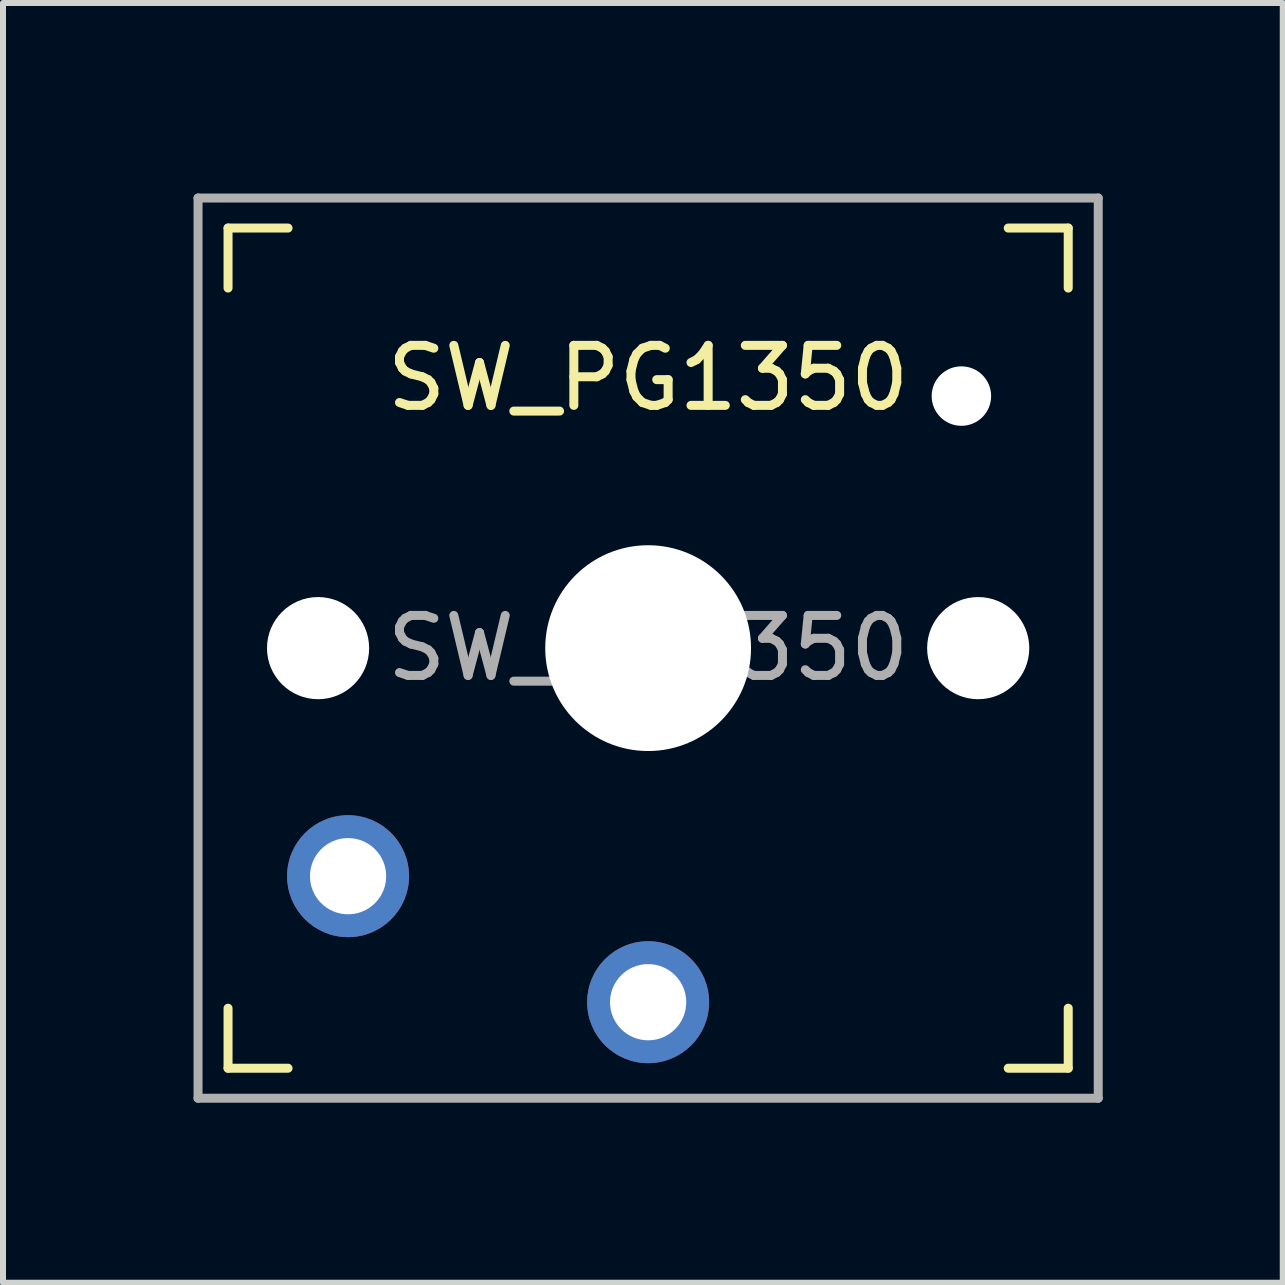
<source format=kicad_pcb>
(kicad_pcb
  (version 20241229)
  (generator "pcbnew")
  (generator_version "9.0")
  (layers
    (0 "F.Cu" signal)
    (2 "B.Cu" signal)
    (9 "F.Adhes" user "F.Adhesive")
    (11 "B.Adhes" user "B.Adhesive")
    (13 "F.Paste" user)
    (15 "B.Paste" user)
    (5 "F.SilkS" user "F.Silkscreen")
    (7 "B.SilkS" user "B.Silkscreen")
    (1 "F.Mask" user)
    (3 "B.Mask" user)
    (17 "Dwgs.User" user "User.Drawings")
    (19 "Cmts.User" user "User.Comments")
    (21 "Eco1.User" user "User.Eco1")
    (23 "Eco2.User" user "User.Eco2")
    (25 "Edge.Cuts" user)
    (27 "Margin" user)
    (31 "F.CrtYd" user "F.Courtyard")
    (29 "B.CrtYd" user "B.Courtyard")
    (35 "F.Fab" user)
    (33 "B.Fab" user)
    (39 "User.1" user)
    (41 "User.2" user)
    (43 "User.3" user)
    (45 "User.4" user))
  (footprint "SW_PG1350"
    (layer "F.Cu")
    (at 0.25 0.25)
    (property "Reference" "SW_PG1350" (at 7.5 3 0) (layer "F.SilkS") (effects (font (size 1 1) (thickness 0.15))))
    (attr through_hole)
    (fp_line (start 0.5 1.5) (end 0.5 0.5) (stroke (width 0.15) (type solid)) (layer "F.SilkS"))
    (fp_line (start 0.5 14.5) (end 0.5 13.5) (stroke (width 0.15) (type solid)) (layer "F.SilkS"))
    (fp_line (start 0.5 14.5) (end 1.5 14.5) (stroke (width 0.15) (type solid)) (layer "F.SilkS"))
    (fp_line (start 1.5 0.5) (end 0.5 0.5) (stroke (width 0.15) (type solid)) (layer "F.SilkS"))
    (fp_line (start 13.5 14.5) (end 14.5 14.5) (stroke (width 0.15) (type solid)) (layer "F.SilkS"))
    (fp_line (start 14.5 0.5) (end 13.5 0.5) (stroke (width 0.15) (type solid)) (layer "F.SilkS"))
    (fp_line (start 14.5 0.5) (end 14.5 1.5) (stroke (width 0.15) (type solid)) (layer "F.SilkS"))
    (fp_line (start 14.5 13.5) (end 14.5 14.5) (stroke (width 0.15) (type solid)) (layer "F.SilkS"))
    (fp_line (start 0.6 14.4) (end 0.6 0.6) (stroke (width 0.15) (type solid)) (layer "Eco2.User"))
    (fp_line (start 0.6 14.4) (end 14.4 14.4) (stroke (width 0.15) (type solid)) (layer "Eco2.User"))
    (fp_line (start 4.9 4.4) (end 4.9 1.2) (stroke (width 0.15) (type solid)) (layer "Eco2.User"))
    (fp_line (start 4.9 4.4) (end 10.1 4.4) (stroke (width 0.15) (type solid)) (layer "Eco2.User"))
    (fp_line (start 10.1 1.2) (end 4.9 1.2) (stroke (width 0.15) (type solid)) (layer "Eco2.User"))
    (fp_line (start 10.1 4.4) (end 10.1 1.2) (stroke (width 0.15) (type solid)) (layer "Eco2.User"))
    (fp_line (start 14.4 0.6) (end 0.6 0.6) (stroke (width 0.15) (type solid)) (layer "Eco2.User"))
    (fp_line (start 14.4 0.6) (end 14.4 14.4) (stroke (width 0.15) (type solid)) (layer "Eco2.User"))
    (fp_line (start 0 0) (end 15 0) (stroke (width 0.15) (type solid)) (layer "F.Fab"))
    (fp_line (start 0 15) (end 0 0) (stroke (width 0.15) (type solid)) (layer "F.Fab"))
    (fp_line (start 15 0) (end 15 15) (stroke (width 0.15) (type solid)) (layer "F.Fab"))
    (fp_line (start 15 15) (end 0 15) (stroke (width 0.15) (type solid)) (layer "F.Fab"))
    (fp_text user "${REFERENCE}" (at 7.5 7.5 0) (layer "F.Fab") (effects (font (size 1 1) (thickness 0.15))))
    (pad "" np_thru_hole circle (at 2 7.5) (size 1.702 1.702) (drill 1.702) (layers "*.Cu" "*.Mask"))
    (pad "" np_thru_hole circle (at 7.5 7.5) (size 3.429 3.429) (drill 3.429) (layers "*.Cu" "*.Mask"))
    (pad "" np_thru_hole circle (at 12.72 3.3) (size 0.991 0.991) (drill 0.991) (layers "*.Cu" "*.Mask"))
    (pad "" np_thru_hole circle (at 13 7.5) (size 1.702 1.702) (drill 1.702) (layers "*.Cu" "*.Mask"))
    (pad "1" thru_hole circle (at 7.5 13.4) (size 2.032 2.032) (drill 1.27) (layers "*.Cu" "*.Mask"))
    (pad "2" thru_hole circle (at 2.5 11.3) (size 2.032 2.032) (drill 1.27) (layers "*.Cu" "*.Mask")))
  (gr_rect
    (start -3 -3)
    (end 18.325 18.325)
    (stroke (width 0.1) (type default))
    (fill no)
    (layer "Edge.Cuts")))
</source>
